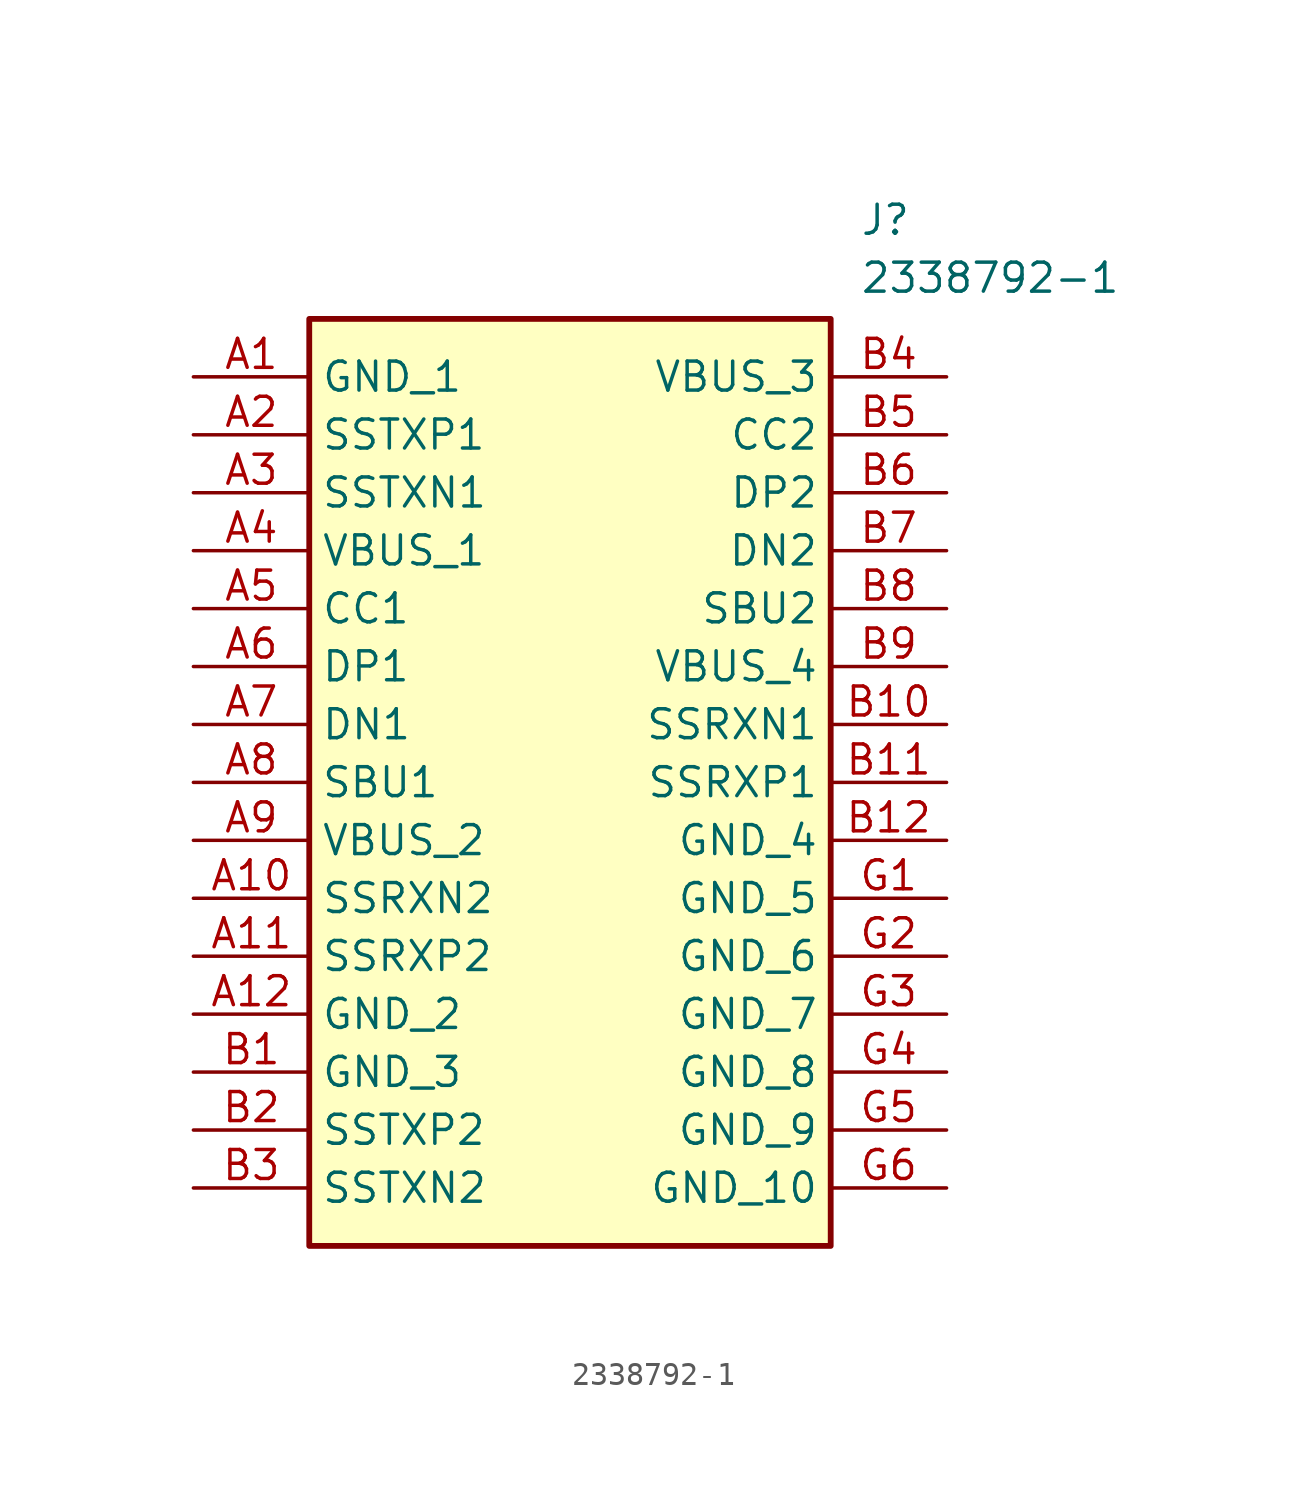
<source format=kicad_sym>
(kicad_symbol_lib
  (version 20211014)
  (generator SamacSys_ECAD_Model)
  (symbol "2338792-1"
    (property "Reference" "J"
      (at 29.21 7.62 0)
      (effects (font (size 1.27 1.27)) (justify left top)))
    (property "Value" "2338792-1"
      (at 29.21 5.08 0)
      (effects (font (size 1.27 1.27)) (justify left top)))
    (rectangle
      (start 5.08 2.54)
      (end 27.94 -38.1)
      (stroke (width 0.254) (type default))
      (fill (type background)))
    (pin passive line
      (at 0 0 0)
      (length 5.08)
      (name "GND_1" (effects (font (size 1.27 1.27))))
      (number "A1" (effects (font (size 1.27 1.27)))))
    (pin passive line
      (at 0 -2.54 0)
      (length 5.08)
      (name "SSTXP1" (effects (font (size 1.27 1.27))))
      (number "A2" (effects (font (size 1.27 1.27)))))
    (pin passive line
      (at 0 -5.08 0)
      (length 5.08)
      (name "SSTXN1" (effects (font (size 1.27 1.27))))
      (number "A3" (effects (font (size 1.27 1.27)))))
    (pin passive line
      (at 0 -7.62 0)
      (length 5.08)
      (name "VBUS_1" (effects (font (size 1.27 1.27))))
      (number "A4" (effects (font (size 1.27 1.27)))))
    (pin passive line
      (at 0 -10.16 0)
      (length 5.08)
      (name "CC1" (effects (font (size 1.27 1.27))))
      (number "A5" (effects (font (size 1.27 1.27)))))
    (pin passive line
      (at 0 -12.7 0)
      (length 5.08)
      (name "DP1" (effects (font (size 1.27 1.27))))
      (number "A6" (effects (font (size 1.27 1.27)))))
    (pin passive line
      (at 0 -15.24 0)
      (length 5.08)
      (name "DN1" (effects (font (size 1.27 1.27))))
      (number "A7" (effects (font (size 1.27 1.27)))))
    (pin passive line
      (at 0 -17.78 0)
      (length 5.08)
      (name "SBU1" (effects (font (size 1.27 1.27))))
      (number "A8" (effects (font (size 1.27 1.27)))))
    (pin passive line
      (at 0 -20.32 0)
      (length 5.08)
      (name "VBUS_2" (effects (font (size 1.27 1.27))))
      (number "A9" (effects (font (size 1.27 1.27)))))
    (pin passive line
      (at 0 -22.86 0)
      (length 5.08)
      (name "SSRXN2" (effects (font (size 1.27 1.27))))
      (number "A10" (effects (font (size 1.27 1.27)))))
    (pin passive line
      (at 0 -25.4 0)
      (length 5.08)
      (name "SSRXP2" (effects (font (size 1.27 1.27))))
      (number "A11" (effects (font (size 1.27 1.27)))))
    (pin passive line
      (at 0 -27.94 0)
      (length 5.08)
      (name "GND_2" (effects (font (size 1.27 1.27))))
      (number "A12" (effects (font (size 1.27 1.27)))))
    (pin passive line
      (at 0 -30.48 0)
      (length 5.08)
      (name "GND_3" (effects (font (size 1.27 1.27))))
      (number "B1" (effects (font (size 1.27 1.27)))))
    (pin passive line
      (at 0 -33.02 0)
      (length 5.08)
      (name "SSTXP2" (effects (font (size 1.27 1.27))))
      (number "B2" (effects (font (size 1.27 1.27)))))
    (pin passive line
      (at 0 -35.56 0)
      (length 5.08)
      (name "SSTXN2" (effects (font (size 1.27 1.27))))
      (number "B3" (effects (font (size 1.27 1.27)))))
    (pin passive line
      (at 33.02 0 180)
      (length 5.08)
      (name "VBUS_3" (effects (font (size 1.27 1.27))))
      (number "B4" (effects (font (size 1.27 1.27)))))
    (pin passive line
      (at 33.02 -2.54 180)
      (length 5.08)
      (name "CC2" (effects (font (size 1.27 1.27))))
      (number "B5" (effects (font (size 1.27 1.27)))))
    (pin passive line
      (at 33.02 -5.08 180)
      (length 5.08)
      (name "DP2" (effects (font (size 1.27 1.27))))
      (number "B6" (effects (font (size 1.27 1.27)))))
    (pin passive line
      (at 33.02 -7.62 180)
      (length 5.08)
      (name "DN2" (effects (font (size 1.27 1.27))))
      (number "B7" (effects (font (size 1.27 1.27)))))
    (pin passive line
      (at 33.02 -10.16 180)
      (length 5.08)
      (name "SBU2" (effects (font (size 1.27 1.27))))
      (number "B8" (effects (font (size 1.27 1.27)))))
    (pin passive line
      (at 33.02 -12.7 180)
      (length 5.08)
      (name "VBUS_4" (effects (font (size 1.27 1.27))))
      (number "B9" (effects (font (size 1.27 1.27)))))
    (pin passive line
      (at 33.02 -15.24 180)
      (length 5.08)
      (name "SSRXN1" (effects (font (size 1.27 1.27))))
      (number "B10" (effects (font (size 1.27 1.27)))))
    (pin passive line
      (at 33.02 -17.78 180)
      (length 5.08)
      (name "SSRXP1" (effects (font (size 1.27 1.27))))
      (number "B11" (effects (font (size 1.27 1.27)))))
    (pin passive line
      (at 33.02 -20.32 180)
      (length 5.08)
      (name "GND_4" (effects (font (size 1.27 1.27))))
      (number "B12" (effects (font (size 1.27 1.27)))))
    (pin passive line
      (at 33.02 -22.86 180)
      (length 5.08)
      (name "GND_5" (effects (font (size 1.27 1.27))))
      (number "G1" (effects (font (size 1.27 1.27)))))
    (pin passive line
      (at 33.02 -25.4 180)
      (length 5.08)
      (name "GND_6" (effects (font (size 1.27 1.27))))
      (number "G2" (effects (font (size 1.27 1.27)))))
    (pin passive line
      (at 33.02 -27.94 180)
      (length 5.08)
      (name "GND_7" (effects (font (size 1.27 1.27))))
      (number "G3" (effects (font (size 1.27 1.27)))))
    (pin passive line
      (at 33.02 -30.48 180)
      (length 5.08)
      (name "GND_8" (effects (font (size 1.27 1.27))))
      (number "G4" (effects (font (size 1.27 1.27)))))
    (pin passive line
      (at 33.02 -33.02 180)
      (length 5.08)
      (name "GND_9" (effects (font (size 1.27 1.27))))
      (number "G5" (effects (font (size 1.27 1.27)))))
    (pin passive line
      (at 33.02 -35.56 180)
      (length 5.08)
      (name "GND_10" (effects (font (size 1.27 1.27))))
      (number "G6" (effects (font (size 1.27 1.27)))))))
</source>
